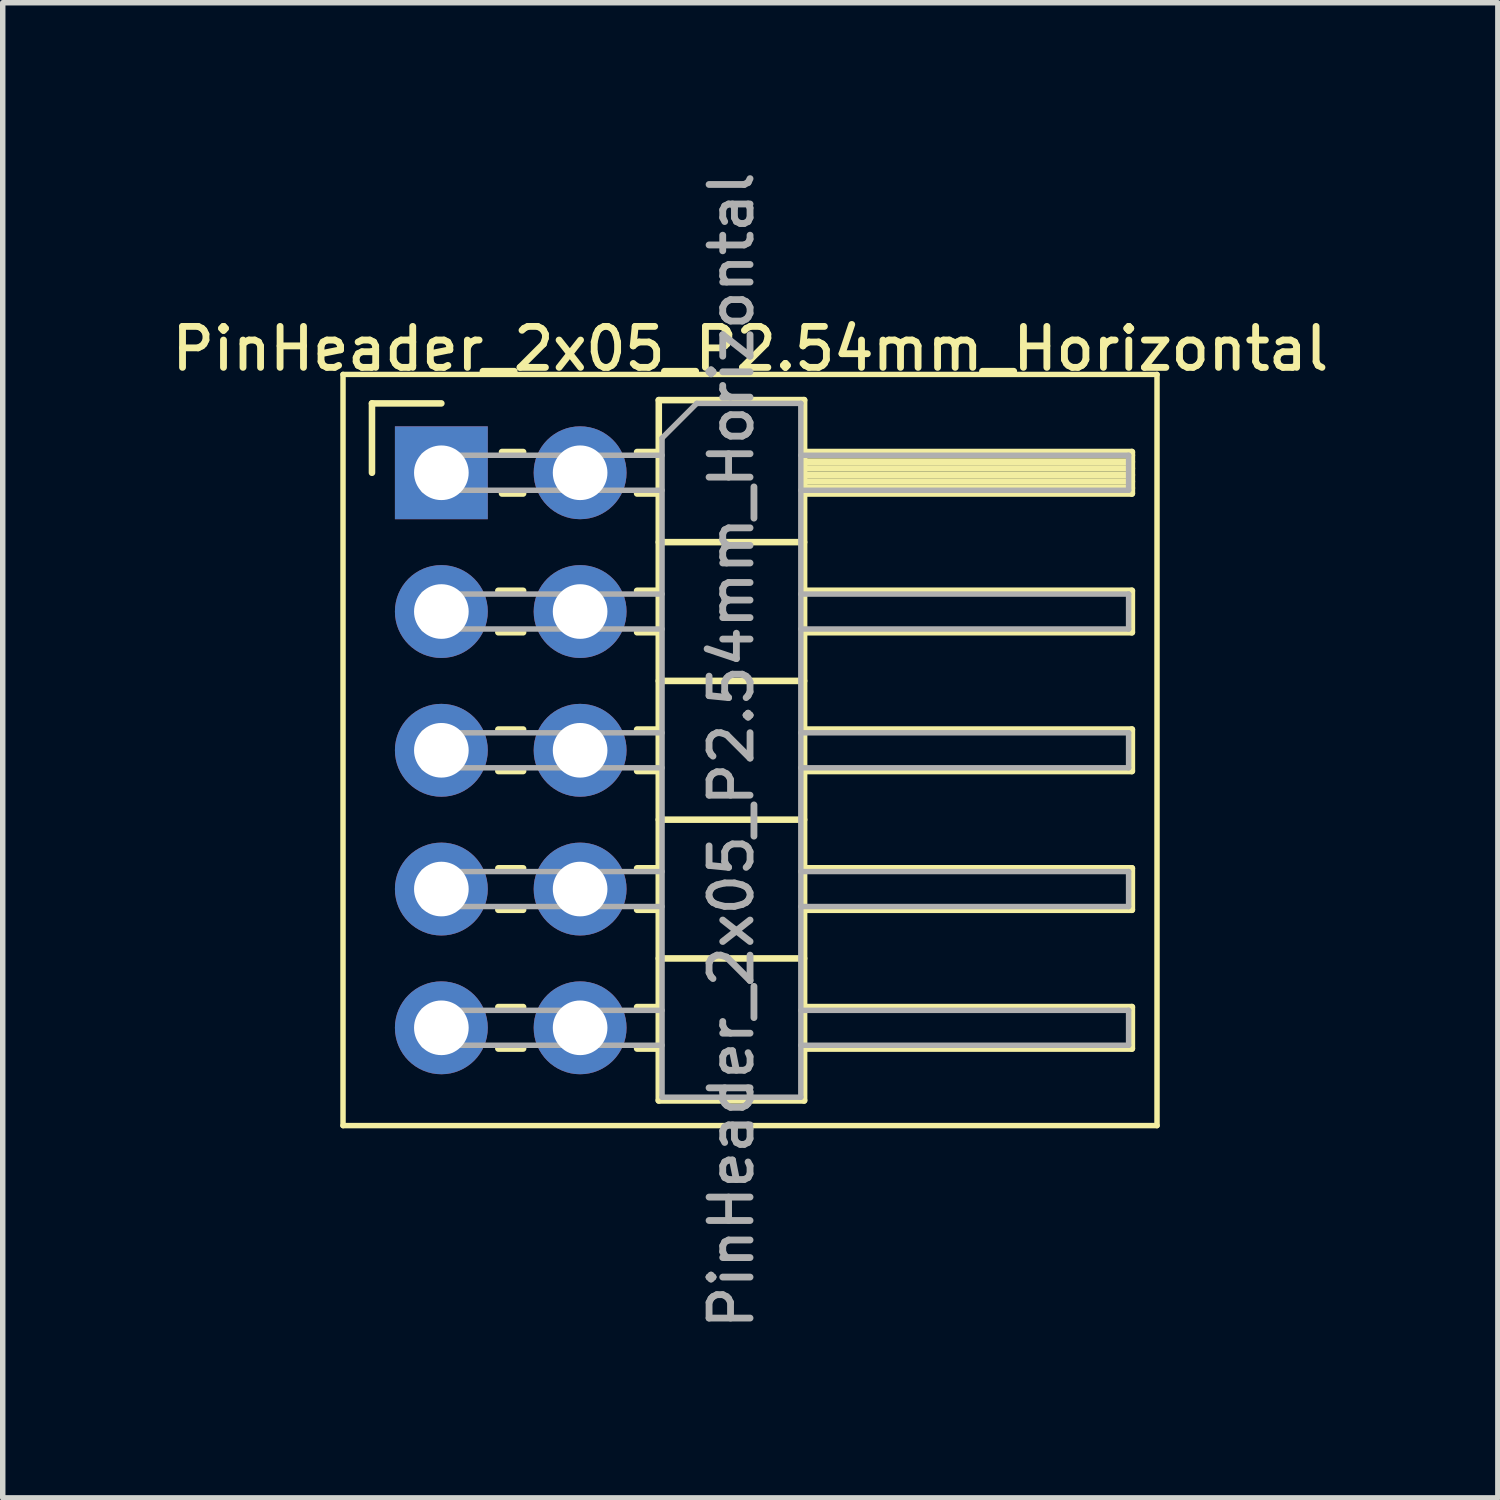
<source format=kicad_pcb>
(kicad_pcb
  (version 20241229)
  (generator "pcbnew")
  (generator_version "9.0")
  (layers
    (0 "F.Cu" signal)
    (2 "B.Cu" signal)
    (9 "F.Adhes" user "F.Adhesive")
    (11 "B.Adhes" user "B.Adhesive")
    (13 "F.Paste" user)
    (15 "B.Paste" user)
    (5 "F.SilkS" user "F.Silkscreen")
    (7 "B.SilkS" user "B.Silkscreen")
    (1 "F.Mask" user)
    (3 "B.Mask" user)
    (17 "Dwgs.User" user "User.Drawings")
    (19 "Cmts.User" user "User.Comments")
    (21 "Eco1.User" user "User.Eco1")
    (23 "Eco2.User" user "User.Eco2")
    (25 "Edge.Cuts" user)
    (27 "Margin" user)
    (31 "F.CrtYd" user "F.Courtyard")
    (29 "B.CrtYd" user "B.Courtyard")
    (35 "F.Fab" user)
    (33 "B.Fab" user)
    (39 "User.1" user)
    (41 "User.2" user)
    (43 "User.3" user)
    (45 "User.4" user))
  (footprint "PinHeader_2x05_P2.54mm_Horizontal"
    (layer "F.Cu")
    (at 5.029 5.604)
    (property "Reference" "PinHeader_2x05_P2.54mm_Horizontal" (at 5.655 -2.27 0) (layer "F.SilkS") (effects (font (size 0.75 0.75) (thickness 0.125))))
    (attr through_hole)
    (fp_line (start -1.8 -1.8) (end -1.8 11.95) (stroke (width 0.1) (type solid)) (layer "F.SilkS"))
    (fp_line (start -1.8 11.95) (end 13.1 11.95) (stroke (width 0.1) (type solid)) (layer "F.SilkS"))
    (fp_line (start -1.27 -1.27) (end 0 -1.27) (stroke (width 0.12) (type solid)) (layer "F.SilkS"))
    (fp_line (start -1.27 0) (end -1.27 -1.27) (stroke (width 0.12) (type solid)) (layer "F.SilkS"))
    (fp_line (start 1.043 2.16) (end 1.497 2.16) (stroke (width 0.12) (type solid)) (layer "F.SilkS"))
    (fp_line (start 1.043 2.92) (end 1.497 2.92) (stroke (width 0.12) (type solid)) (layer "F.SilkS"))
    (fp_line (start 1.043 4.7) (end 1.497 4.7) (stroke (width 0.12) (type solid)) (layer "F.SilkS"))
    (fp_line (start 1.043 5.46) (end 1.497 5.46) (stroke (width 0.12) (type solid)) (layer "F.SilkS"))
    (fp_line (start 1.043 7.24) (end 1.497 7.24) (stroke (width 0.12) (type solid)) (layer "F.SilkS"))
    (fp_line (start 1.043 8) (end 1.497 8) (stroke (width 0.12) (type solid)) (layer "F.SilkS"))
    (fp_line (start 1.043 9.78) (end 1.497 9.78) (stroke (width 0.12) (type solid)) (layer "F.SilkS"))
    (fp_line (start 1.043 10.54) (end 1.497 10.54) (stroke (width 0.12) (type solid)) (layer "F.SilkS"))
    (fp_line (start 1.11 -0.38) (end 1.497 -0.38) (stroke (width 0.12) (type solid)) (layer "F.SilkS"))
    (fp_line (start 1.11 0.38) (end 1.497 0.38) (stroke (width 0.12) (type solid)) (layer "F.SilkS"))
    (fp_line (start 3.583 -0.38) (end 3.98 -0.38) (stroke (width 0.12) (type solid)) (layer "F.SilkS"))
    (fp_line (start 3.583 0.38) (end 3.98 0.38) (stroke (width 0.12) (type solid)) (layer "F.SilkS"))
    (fp_line (start 3.583 2.16) (end 3.98 2.16) (stroke (width 0.12) (type solid)) (layer "F.SilkS"))
    (fp_line (start 3.583 2.92) (end 3.98 2.92) (stroke (width 0.12) (type solid)) (layer "F.SilkS"))
    (fp_line (start 3.583 4.7) (end 3.98 4.7) (stroke (width 0.12) (type solid)) (layer "F.SilkS"))
    (fp_line (start 3.583 5.46) (end 3.98 5.46) (stroke (width 0.12) (type solid)) (layer "F.SilkS"))
    (fp_line (start 3.583 7.24) (end 3.98 7.24) (stroke (width 0.12) (type solid)) (layer "F.SilkS"))
    (fp_line (start 3.583 8) (end 3.98 8) (stroke (width 0.12) (type solid)) (layer "F.SilkS"))
    (fp_line (start 3.583 9.78) (end 3.98 9.78) (stroke (width 0.12) (type solid)) (layer "F.SilkS"))
    (fp_line (start 3.583 10.54) (end 3.98 10.54) (stroke (width 0.12) (type solid)) (layer "F.SilkS"))
    (fp_line (start 3.98 -1.33) (end 3.98 11.49) (stroke (width 0.12) (type solid)) (layer "F.SilkS"))
    (fp_line (start 3.98 1.27) (end 6.64 1.27) (stroke (width 0.12) (type solid)) (layer "F.SilkS"))
    (fp_line (start 3.98 3.81) (end 6.64 3.81) (stroke (width 0.12) (type solid)) (layer "F.SilkS"))
    (fp_line (start 3.98 6.35) (end 6.64 6.35) (stroke (width 0.12) (type solid)) (layer "F.SilkS"))
    (fp_line (start 3.98 8.89) (end 6.64 8.89) (stroke (width 0.12) (type solid)) (layer "F.SilkS"))
    (fp_line (start 3.98 11.49) (end 6.64 11.49) (stroke (width 0.12) (type solid)) (layer "F.SilkS"))
    (fp_line (start 6.64 -1.33) (end 3.98 -1.33) (stroke (width 0.12) (type solid)) (layer "F.SilkS"))
    (fp_line (start 6.64 -0.38) (end 12.64 -0.38) (stroke (width 0.12) (type solid)) (layer "F.SilkS"))
    (fp_line (start 6.64 -0.32) (end 12.64 -0.32) (stroke (width 0.12) (type solid)) (layer "F.SilkS"))
    (fp_line (start 6.64 -0.2) (end 12.64 -0.2) (stroke (width 0.12) (type solid)) (layer "F.SilkS"))
    (fp_line (start 6.64 -0.08) (end 12.64 -0.08) (stroke (width 0.12) (type solid)) (layer "F.SilkS"))
    (fp_line (start 6.64 0.04) (end 12.64 0.04) (stroke (width 0.12) (type solid)) (layer "F.SilkS"))
    (fp_line (start 6.64 0.16) (end 12.64 0.16) (stroke (width 0.12) (type solid)) (layer "F.SilkS"))
    (fp_line (start 6.64 0.28) (end 12.64 0.28) (stroke (width 0.12) (type solid)) (layer "F.SilkS"))
    (fp_line (start 6.64 2.16) (end 12.64 2.16) (stroke (width 0.12) (type solid)) (layer "F.SilkS"))
    (fp_line (start 6.64 4.7) (end 12.64 4.7) (stroke (width 0.12) (type solid)) (layer "F.SilkS"))
    (fp_line (start 6.64 7.24) (end 12.64 7.24) (stroke (width 0.12) (type solid)) (layer "F.SilkS"))
    (fp_line (start 6.64 9.78) (end 12.64 9.78) (stroke (width 0.12) (type solid)) (layer "F.SilkS"))
    (fp_line (start 6.64 11.49) (end 6.64 -1.33) (stroke (width 0.12) (type solid)) (layer "F.SilkS"))
    (fp_line (start 12.64 -0.38) (end 12.64 0.38) (stroke (width 0.12) (type solid)) (layer "F.SilkS"))
    (fp_line (start 12.64 0.38) (end 6.64 0.38) (stroke (width 0.12) (type solid)) (layer "F.SilkS"))
    (fp_line (start 12.64 2.16) (end 12.64 2.92) (stroke (width 0.12) (type solid)) (layer "F.SilkS"))
    (fp_line (start 12.64 2.92) (end 6.64 2.92) (stroke (width 0.12) (type solid)) (layer "F.SilkS"))
    (fp_line (start 12.64 4.7) (end 12.64 5.46) (stroke (width 0.12) (type solid)) (layer "F.SilkS"))
    (fp_line (start 12.64 5.46) (end 6.64 5.46) (stroke (width 0.12) (type solid)) (layer "F.SilkS"))
    (fp_line (start 12.64 7.24) (end 12.64 8) (stroke (width 0.12) (type solid)) (layer "F.SilkS"))
    (fp_line (start 12.64 8) (end 6.64 8) (stroke (width 0.12) (type solid)) (layer "F.SilkS"))
    (fp_line (start 12.64 9.78) (end 12.64 10.54) (stroke (width 0.12) (type solid)) (layer "F.SilkS"))
    (fp_line (start 12.64 10.54) (end 6.64 10.54) (stroke (width 0.12) (type solid)) (layer "F.SilkS"))
    (fp_line (start 13.1 -1.8) (end -1.8 -1.8) (stroke (width 0.1) (type solid)) (layer "F.SilkS"))
    (fp_line (start 13.1 11.95) (end 13.1 -1.8) (stroke (width 0.1) (type solid)) (layer "F.SilkS"))
    (fp_line (start -0.32 -0.32) (end -0.32 0.32) (stroke (width 0.1) (type solid)) (layer "F.Fab"))
    (fp_line (start -0.32 -0.32) (end 4.04 -0.32) (stroke (width 0.1) (type solid)) (layer "F.Fab"))
    (fp_line (start -0.32 0.32) (end 4.04 0.32) (stroke (width 0.1) (type solid)) (layer "F.Fab"))
    (fp_line (start -0.32 2.22) (end -0.32 2.86) (stroke (width 0.1) (type solid)) (layer "F.Fab"))
    (fp_line (start -0.32 2.22) (end 4.04 2.22) (stroke (width 0.1) (type solid)) (layer "F.Fab"))
    (fp_line (start -0.32 2.86) (end 4.04 2.86) (stroke (width 0.1) (type solid)) (layer "F.Fab"))
    (fp_line (start -0.32 4.76) (end -0.32 5.4) (stroke (width 0.1) (type solid)) (layer "F.Fab"))
    (fp_line (start -0.32 4.76) (end 4.04 4.76) (stroke (width 0.1) (type solid)) (layer "F.Fab"))
    (fp_line (start -0.32 5.4) (end 4.04 5.4) (stroke (width 0.1) (type solid)) (layer "F.Fab"))
    (fp_line (start -0.32 7.3) (end -0.32 7.94) (stroke (width 0.1) (type solid)) (layer "F.Fab"))
    (fp_line (start -0.32 7.3) (end 4.04 7.3) (stroke (width 0.1) (type solid)) (layer "F.Fab"))
    (fp_line (start -0.32 7.94) (end 4.04 7.94) (stroke (width 0.1) (type solid)) (layer "F.Fab"))
    (fp_line (start -0.32 9.84) (end -0.32 10.48) (stroke (width 0.1) (type solid)) (layer "F.Fab"))
    (fp_line (start -0.32 9.84) (end 4.04 9.84) (stroke (width 0.1) (type solid)) (layer "F.Fab"))
    (fp_line (start -0.32 10.48) (end 4.04 10.48) (stroke (width 0.1) (type solid)) (layer "F.Fab"))
    (fp_line (start 4.04 -0.635) (end 4.675 -1.27) (stroke (width 0.1) (type solid)) (layer "F.Fab"))
    (fp_line (start 4.04 11.43) (end 4.04 -0.635) (stroke (width 0.1) (type solid)) (layer "F.Fab"))
    (fp_line (start 4.675 -1.27) (end 6.58 -1.27) (stroke (width 0.1) (type solid)) (layer "F.Fab"))
    (fp_line (start 6.58 -1.27) (end 6.58 11.43) (stroke (width 0.1) (type solid)) (layer "F.Fab"))
    (fp_line (start 6.58 -0.32) (end 12.58 -0.32) (stroke (width 0.1) (type solid)) (layer "F.Fab"))
    (fp_line (start 6.58 0.32) (end 12.58 0.32) (stroke (width 0.1) (type solid)) (layer "F.Fab"))
    (fp_line (start 6.58 2.22) (end 12.58 2.22) (stroke (width 0.1) (type solid)) (layer "F.Fab"))
    (fp_line (start 6.58 2.86) (end 12.58 2.86) (stroke (width 0.1) (type solid)) (layer "F.Fab"))
    (fp_line (start 6.58 4.76) (end 12.58 4.76) (stroke (width 0.1) (type solid)) (layer "F.Fab"))
    (fp_line (start 6.58 5.4) (end 12.58 5.4) (stroke (width 0.1) (type solid)) (layer "F.Fab"))
    (fp_line (start 6.58 7.3) (end 12.58 7.3) (stroke (width 0.1) (type solid)) (layer "F.Fab"))
    (fp_line (start 6.58 7.94) (end 12.58 7.94) (stroke (width 0.1) (type solid)) (layer "F.Fab"))
    (fp_line (start 6.58 9.84) (end 12.58 9.84) (stroke (width 0.1) (type solid)) (layer "F.Fab"))
    (fp_line (start 6.58 10.48) (end 12.58 10.48) (stroke (width 0.1) (type solid)) (layer "F.Fab"))
    (fp_line (start 6.58 11.43) (end 4.04 11.43) (stroke (width 0.1) (type solid)) (layer "F.Fab"))
    (fp_line (start 12.58 -0.32) (end 12.58 0.32) (stroke (width 0.1) (type solid)) (layer "F.Fab"))
    (fp_line (start 12.58 2.22) (end 12.58 2.86) (stroke (width 0.1) (type solid)) (layer "F.Fab"))
    (fp_line (start 12.58 4.76) (end 12.58 5.4) (stroke (width 0.1) (type solid)) (layer "F.Fab"))
    (fp_line (start 12.58 7.3) (end 12.58 7.94) (stroke (width 0.1) (type solid)) (layer "F.Fab"))
    (fp_line (start 12.58 9.84) (end 12.58 10.48) (stroke (width 0.1) (type solid)) (layer "F.Fab"))
    (fp_text user "${REFERENCE}" (at 5.31 5.08 90) (layer "F.Fab") (effects (font (size 0.75 0.75) (thickness 0.125))))
    (pad "1" thru_hole rect (at 0 0) (size 1.7 1.7) (drill 1) (layers "*.Cu" "*.Mask"))
    (pad "2" thru_hole oval (at 2.54 0) (size 1.7 1.7) (drill 1) (layers "*.Cu" "*.Mask"))
    (pad "3" thru_hole oval (at 0 2.54) (size 1.7 1.7) (drill 1) (layers "*.Cu" "*.Mask"))
    (pad "4" thru_hole oval (at 2.54 2.54) (size 1.7 1.7) (drill 1) (layers "*.Cu" "*.Mask"))
    (pad "5" thru_hole oval (at 0 5.08) (size 1.7 1.7) (drill 1) (layers "*.Cu" "*.Mask"))
    (pad "6" thru_hole oval (at 2.54 5.08) (size 1.7 1.7) (drill 1) (layers "*.Cu" "*.Mask"))
    (pad "7" thru_hole oval (at 0 7.62) (size 1.7 1.7) (drill 1) (layers "*.Cu" "*.Mask"))
    (pad "8" thru_hole oval (at 2.54 7.62) (size 1.7 1.7) (drill 1) (layers "*.Cu" "*.Mask"))
    (pad "9" thru_hole oval (at 0 10.16) (size 1.7 1.7) (drill 1) (layers "*.Cu" "*.Mask"))
    (pad "10" thru_hole oval (at 2.54 10.16) (size 1.7 1.7) (drill 1) (layers "*.Cu" "*.Mask")))
  (gr_rect
    (start -3 -3)
    (end 24.368 24.368)
    (stroke (width 0.1) (type default))
    (fill no)
    (layer "Edge.Cuts")))
</source>
